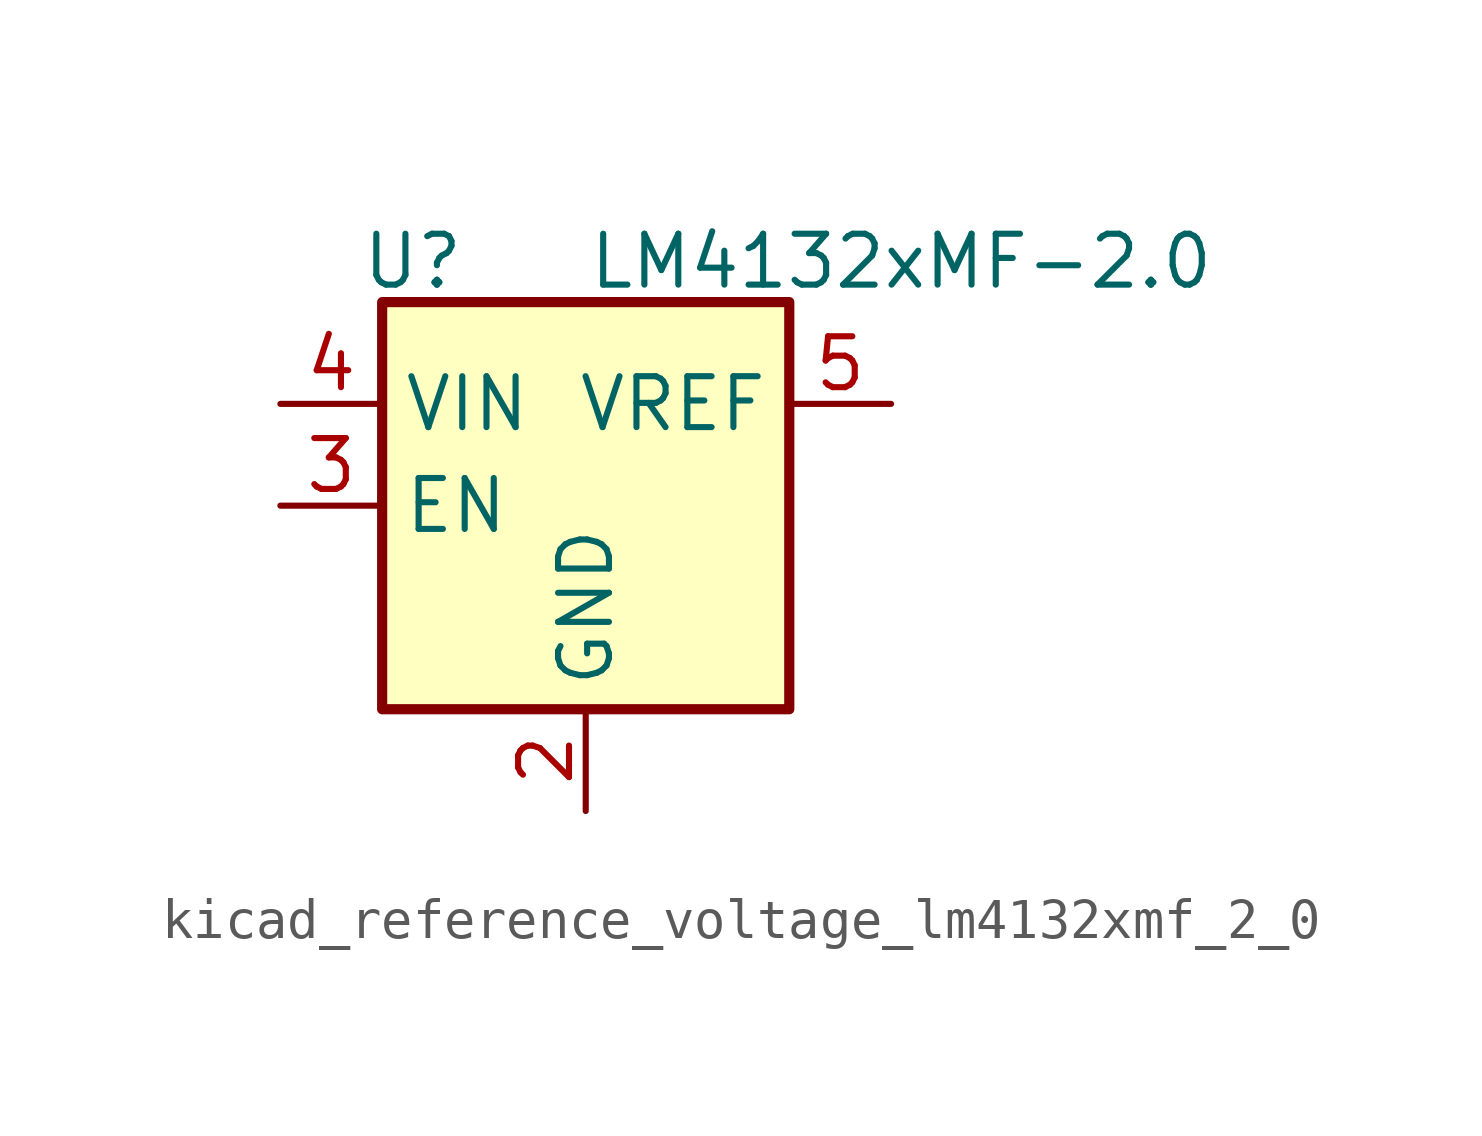
<source format=kicad_sym>
(kicad_symbol_lib
  (version 20220914)
  (generator kicad_symbol_editor)
  (symbol "kicad_reference_voltage_lm4132xmf_2_0"
    (property "Reference" "U"
      (at -4.318 6.096 0)
      (effects (font (size 1.27 1.27))))
    (property "Value" "LM4132xMF-2.0"
      (at 7.874 6.096 0)
      (effects (font (size 1.27 1.27))))
    (symbol "kicad_reference_voltage_lm4132xmf_2_0_0_1"
      (rectangle (start -5.08 5.08) (end 5.08 -5.08) (stroke (width 0.254) (type default)) (fill (type background))))
    (symbol "kicad_reference_voltage_lm4132xmf_2_0_1_1"
      (pin no_connect line (at 5.08 0 180) (length 2.54) hide (name "NC" (effects (font (size 1.27 1.27)))) (number "1" (effects (font (size 1.27 1.27)))))
      (pin power_in line (at 0 -7.62 90) (length 2.54) (name "GND" (effects (font (size 1.27 1.27)))) (number "2" (effects (font (size 1.27 1.27)))))
      (pin input line (at -7.62 0 0) (length 2.54) (name "EN" (effects (font (size 1.27 1.27)))) (number "3" (effects (font (size 1.27 1.27)))))
      (pin power_in line (at -7.62 2.54 0) (length 2.54) (name "VIN" (effects (font (size 1.27 1.27)))) (number "4" (effects (font (size 1.27 1.27)))))
      (pin power_out line (at 7.62 2.54 180) (length 2.54) (name "VREF" (effects (font (size 1.27 1.27)))) (number "5" (effects (font (size 1.27 1.27))))))))
</source>
